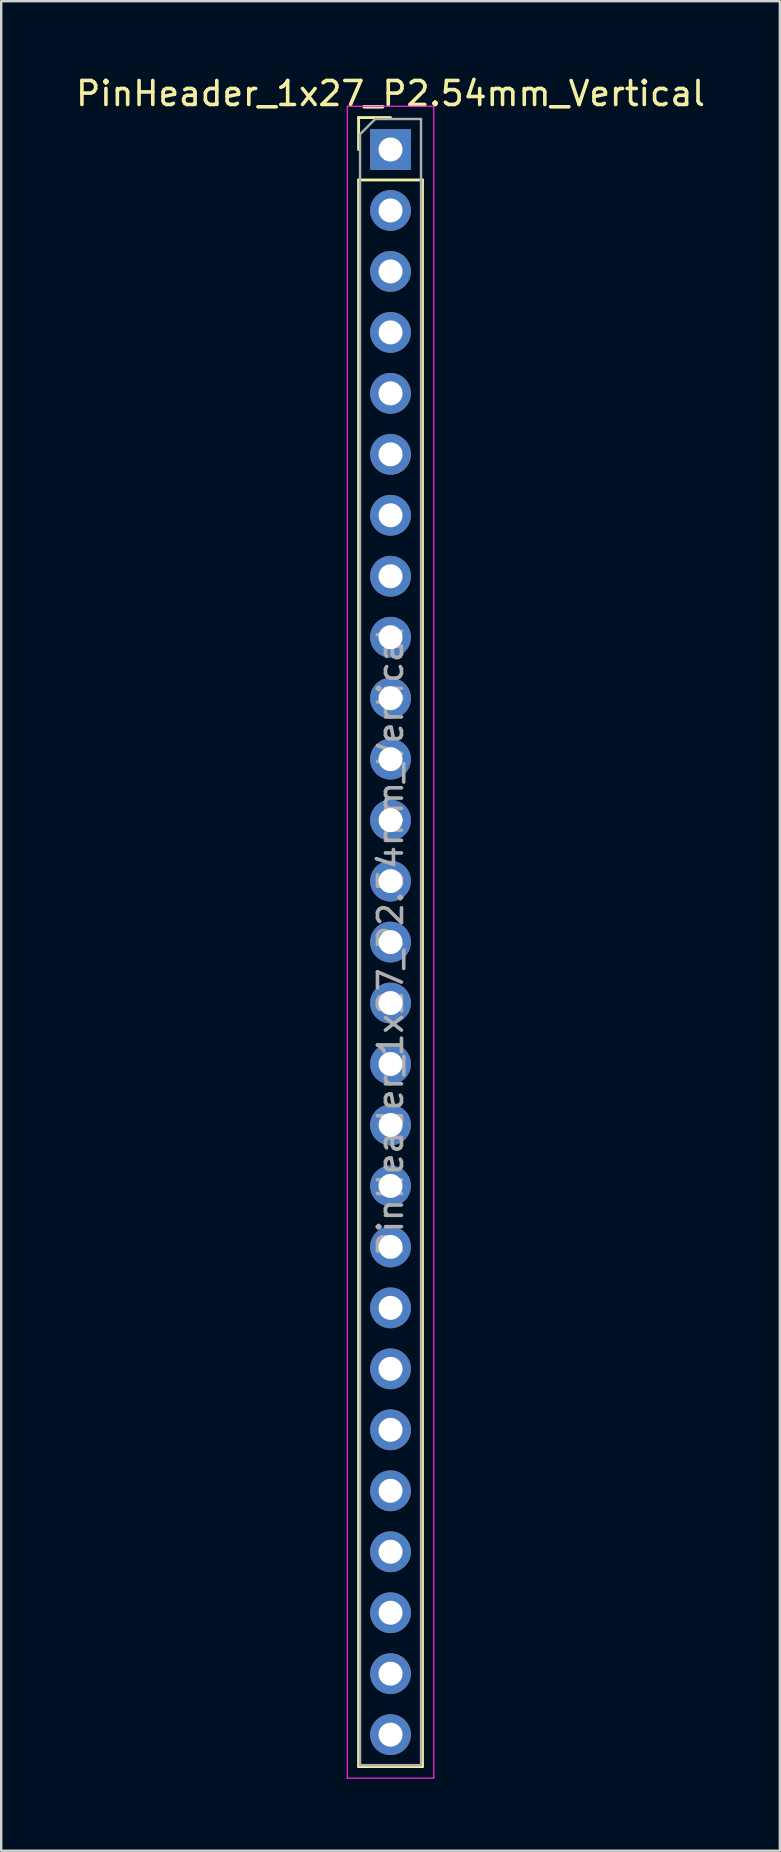
<source format=kicad_pcb>
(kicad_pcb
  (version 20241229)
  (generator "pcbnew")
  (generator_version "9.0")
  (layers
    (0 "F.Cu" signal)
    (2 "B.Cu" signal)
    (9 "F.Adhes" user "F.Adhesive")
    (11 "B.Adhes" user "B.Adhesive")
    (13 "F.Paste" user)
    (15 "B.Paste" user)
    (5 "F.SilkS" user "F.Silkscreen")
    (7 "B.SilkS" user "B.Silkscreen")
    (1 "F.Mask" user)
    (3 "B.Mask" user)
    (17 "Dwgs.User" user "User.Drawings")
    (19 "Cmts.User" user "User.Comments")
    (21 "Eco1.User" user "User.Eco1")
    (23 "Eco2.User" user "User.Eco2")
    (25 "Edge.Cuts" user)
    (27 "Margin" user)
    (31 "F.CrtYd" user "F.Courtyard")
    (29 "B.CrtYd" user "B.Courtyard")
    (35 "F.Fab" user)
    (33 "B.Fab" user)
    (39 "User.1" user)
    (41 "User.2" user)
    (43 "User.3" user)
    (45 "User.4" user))
  (footprint "PinHeader_1x27_P2.54mm_Vertical"
    (layer "F.Cu")
    (at 13.22 3.178)
    (property "Reference" "PinHeader_1x27_P2.54mm_Vertical" (at 0 -2.33 0) (layer "F.SilkS") (effects (font (size 1 1) (thickness 0.15))))
    (attr through_hole)
    (fp_line (start -1.33 -1.33) (end 0 -1.33) (stroke (width 0.12) (type solid)) (layer "F.SilkS"))
    (fp_line (start -1.33 0) (end -1.33 -1.33) (stroke (width 0.12) (type solid)) (layer "F.SilkS"))
    (fp_line (start -1.33 1.27) (end -1.33 67.37) (stroke (width 0.12) (type solid)) (layer "F.SilkS"))
    (fp_line (start -1.33 1.27) (end 1.33 1.27) (stroke (width 0.12) (type solid)) (layer "F.SilkS"))
    (fp_line (start -1.33 67.37) (end 1.33 67.37) (stroke (width 0.12) (type solid)) (layer "F.SilkS"))
    (fp_line (start 1.33 1.27) (end 1.33 67.37) (stroke (width 0.12) (type solid)) (layer "F.SilkS"))
    (fp_line (start -1.8 -1.8) (end -1.8 67.85) (stroke (width 0.05) (type solid)) (layer "F.CrtYd"))
    (fp_line (start -1.8 67.85) (end 1.8 67.85) (stroke (width 0.05) (type solid)) (layer "F.CrtYd"))
    (fp_line (start 1.8 -1.8) (end -1.8 -1.8) (stroke (width 0.05) (type solid)) (layer "F.CrtYd"))
    (fp_line (start 1.8 67.85) (end 1.8 -1.8) (stroke (width 0.05) (type solid)) (layer "F.CrtYd"))
    (fp_line (start -1.27 -0.635) (end -0.635 -1.27) (stroke (width 0.1) (type solid)) (layer "F.Fab"))
    (fp_line (start -1.27 67.31) (end -1.27 -0.635) (stroke (width 0.1) (type solid)) (layer "F.Fab"))
    (fp_line (start -0.635 -1.27) (end 1.27 -1.27) (stroke (width 0.1) (type solid)) (layer "F.Fab"))
    (fp_line (start 1.27 -1.27) (end 1.27 67.31) (stroke (width 0.1) (type solid)) (layer "F.Fab"))
    (fp_line (start 1.27 67.31) (end -1.27 67.31) (stroke (width 0.1) (type solid)) (layer "F.Fab"))
    (fp_text user "${REFERENCE}" (at 0 33.02 90) (layer "F.Fab") (effects (font (size 1 1) (thickness 0.15))))
    (pad "1" thru_hole rect (at 0 0) (size 1.7 1.7) (drill 1) (layers "*.Cu" "*.Mask"))
    (pad "2" thru_hole oval (at 0 2.54) (size 1.7 1.7) (drill 1) (layers "*.Cu" "*.Mask"))
    (pad "3" thru_hole oval (at 0 5.08) (size 1.7 1.7) (drill 1) (layers "*.Cu" "*.Mask"))
    (pad "4" thru_hole oval (at 0 7.62) (size 1.7 1.7) (drill 1) (layers "*.Cu" "*.Mask"))
    (pad "5" thru_hole oval (at 0 10.16) (size 1.7 1.7) (drill 1) (layers "*.Cu" "*.Mask"))
    (pad "6" thru_hole oval (at 0 12.7) (size 1.7 1.7) (drill 1) (layers "*.Cu" "*.Mask"))
    (pad "7" thru_hole oval (at 0 15.24) (size 1.7 1.7) (drill 1) (layers "*.Cu" "*.Mask"))
    (pad "8" thru_hole oval (at 0 17.78) (size 1.7 1.7) (drill 1) (layers "*.Cu" "*.Mask"))
    (pad "9" thru_hole oval (at 0 20.32) (size 1.7 1.7) (drill 1) (layers "*.Cu" "*.Mask"))
    (pad "10" thru_hole oval (at 0 22.86) (size 1.7 1.7) (drill 1) (layers "*.Cu" "*.Mask"))
    (pad "11" thru_hole oval (at 0 25.4) (size 1.7 1.7) (drill 1) (layers "*.Cu" "*.Mask"))
    (pad "12" thru_hole oval (at 0 27.94) (size 1.7 1.7) (drill 1) (layers "*.Cu" "*.Mask"))
    (pad "13" thru_hole oval (at 0 30.48) (size 1.7 1.7) (drill 1) (layers "*.Cu" "*.Mask"))
    (pad "14" thru_hole oval (at 0 33.02) (size 1.7 1.7) (drill 1) (layers "*.Cu" "*.Mask"))
    (pad "15" thru_hole oval (at 0 35.56) (size 1.7 1.7) (drill 1) (layers "*.Cu" "*.Mask"))
    (pad "16" thru_hole oval (at 0 38.1) (size 1.7 1.7) (drill 1) (layers "*.Cu" "*.Mask"))
    (pad "17" thru_hole oval (at 0 40.64) (size 1.7 1.7) (drill 1) (layers "*.Cu" "*.Mask"))
    (pad "18" thru_hole oval (at 0 43.18) (size 1.7 1.7) (drill 1) (layers "*.Cu" "*.Mask"))
    (pad "19" thru_hole oval (at 0 45.72) (size 1.7 1.7) (drill 1) (layers "*.Cu" "*.Mask"))
    (pad "20" thru_hole oval (at 0 48.26) (size 1.7 1.7) (drill 1) (layers "*.Cu" "*.Mask"))
    (pad "21" thru_hole oval (at 0 50.8) (size 1.7 1.7) (drill 1) (layers "*.Cu" "*.Mask"))
    (pad "22" thru_hole oval (at 0 53.34) (size 1.7 1.7) (drill 1) (layers "*.Cu" "*.Mask"))
    (pad "23" thru_hole oval (at 0 55.88) (size 1.7 1.7) (drill 1) (layers "*.Cu" "*.Mask"))
    (pad "24" thru_hole oval (at 0 58.42) (size 1.7 1.7) (drill 1) (layers "*.Cu" "*.Mask"))
    (pad "25" thru_hole oval (at 0 60.96) (size 1.7 1.7) (drill 1) (layers "*.Cu" "*.Mask"))
    (pad "26" thru_hole oval (at 0 63.5) (size 1.7 1.7) (drill 1) (layers "*.Cu" "*.Mask"))
    (pad "27" thru_hole oval (at 0 66.04) (size 1.7 1.7) (drill 1) (layers "*.Cu" "*.Mask")))
  (gr_rect
    (start -3 -3)
    (end 29.44 74.053)
    (stroke (width 0.1) (type default))
    (fill no)
    (layer "Edge.Cuts")))
</source>
